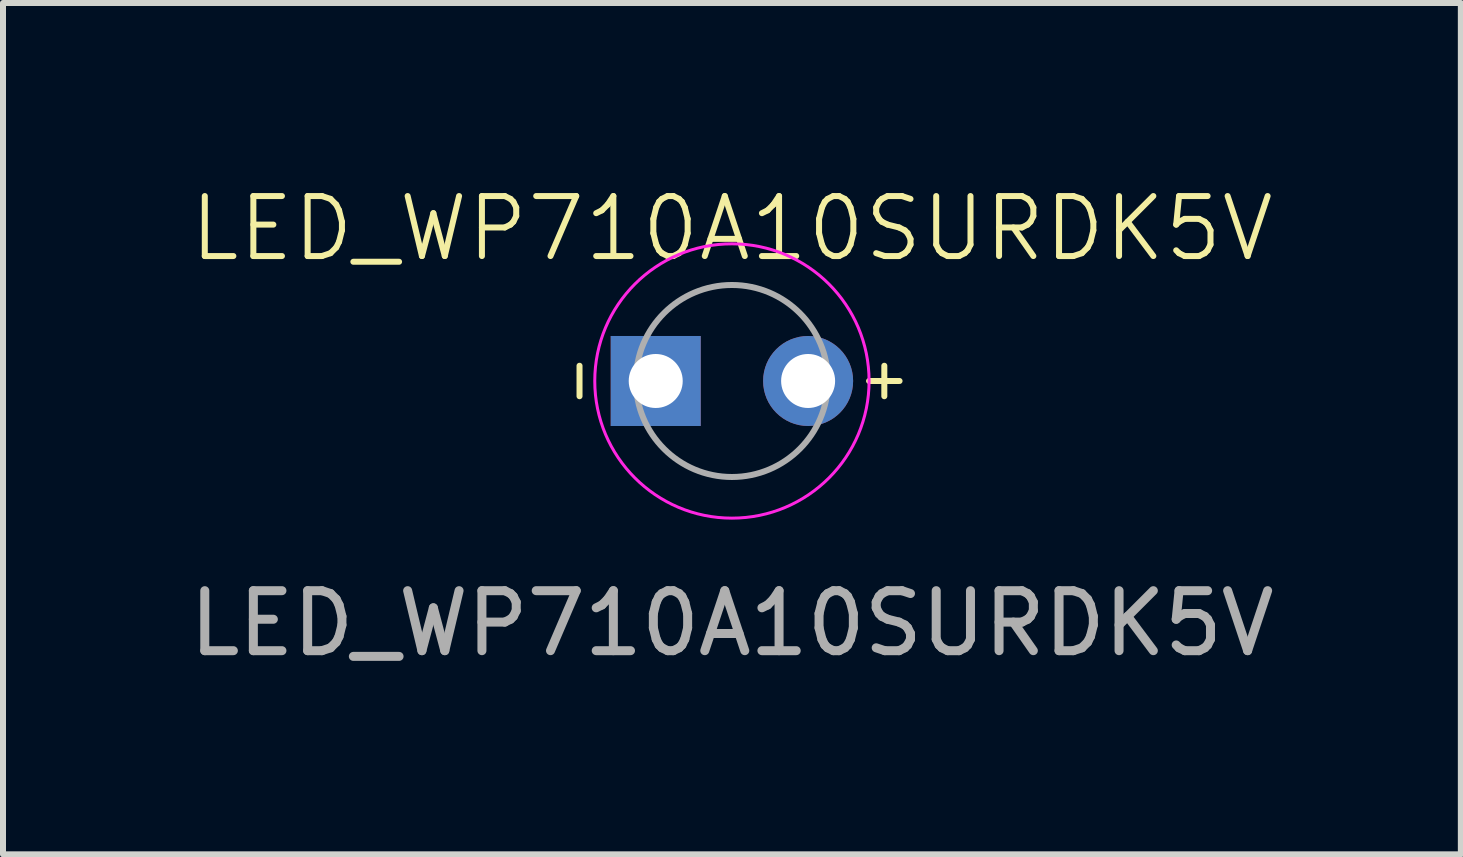
<source format=kicad_pcb>
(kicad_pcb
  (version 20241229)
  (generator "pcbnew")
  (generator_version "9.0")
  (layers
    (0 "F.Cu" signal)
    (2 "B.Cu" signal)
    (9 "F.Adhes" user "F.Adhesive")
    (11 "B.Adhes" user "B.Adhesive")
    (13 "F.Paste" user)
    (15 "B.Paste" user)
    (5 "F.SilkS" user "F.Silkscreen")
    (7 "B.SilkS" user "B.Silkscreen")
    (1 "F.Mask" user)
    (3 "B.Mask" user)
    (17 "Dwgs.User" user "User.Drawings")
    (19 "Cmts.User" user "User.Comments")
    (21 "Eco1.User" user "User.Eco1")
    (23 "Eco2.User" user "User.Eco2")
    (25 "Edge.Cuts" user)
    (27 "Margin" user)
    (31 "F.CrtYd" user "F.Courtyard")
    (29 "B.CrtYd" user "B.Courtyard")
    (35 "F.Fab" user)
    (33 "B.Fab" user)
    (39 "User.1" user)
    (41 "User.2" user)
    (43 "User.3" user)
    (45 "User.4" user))
  (footprint "LED_WP710A10SURDK5V"
    (layer "F.Cu")
    (at 9.149 3.3)
    (property "Reference" "LED_WP710A10SURDK5V" (at 0 -2.54 0) (unlocked yes) (layer "F.SilkS") (effects (font (size 1 1) (thickness 0.1))))
    (attr through_hole)
    (fp_line (start -2.54 -0.254) (end -2.54 0.254) (stroke (width 0.1) (type default)) (layer "F.SilkS"))
    (fp_line (start 2.286 0) (end 2.794 0) (stroke (width 0.1) (type default)) (layer "F.SilkS"))
    (fp_line (start 2.54 -0.254) (end 2.54 0.254) (stroke (width 0.1) (type default)) (layer "F.SilkS"))
    (fp_circle (center 0 0) (end 2.286 0) (stroke (width 0.05) (type default)) (fill no) (layer "F.CrtYd"))
    (fp_circle (center 0 0) (end 1.6 0) (stroke (width 0.1) (type default)) (fill no) (layer "F.Fab"))
    (fp_text user "${REFERENCE}" (at 0 4.04 0) (unlocked yes) (layer "F.Fab") (effects (font (size 1 1) (thickness 0.15))))
    (pad "1" thru_hole rect (at -1.27 0) (size 1.5 1.5) (drill 0.9) (layers "*.Cu" "*.Mask"))
    (pad "2" thru_hole circle (at 1.27 0) (size 1.5 1.5) (drill 0.9) (layers "*.Cu" "*.Mask")))
  (gr_rect
    (start -3 -3)
    (end 21.298 11.189)
    (stroke (width 0.1) (type default))
    (fill no)
    (layer "Edge.Cuts")))
</source>
